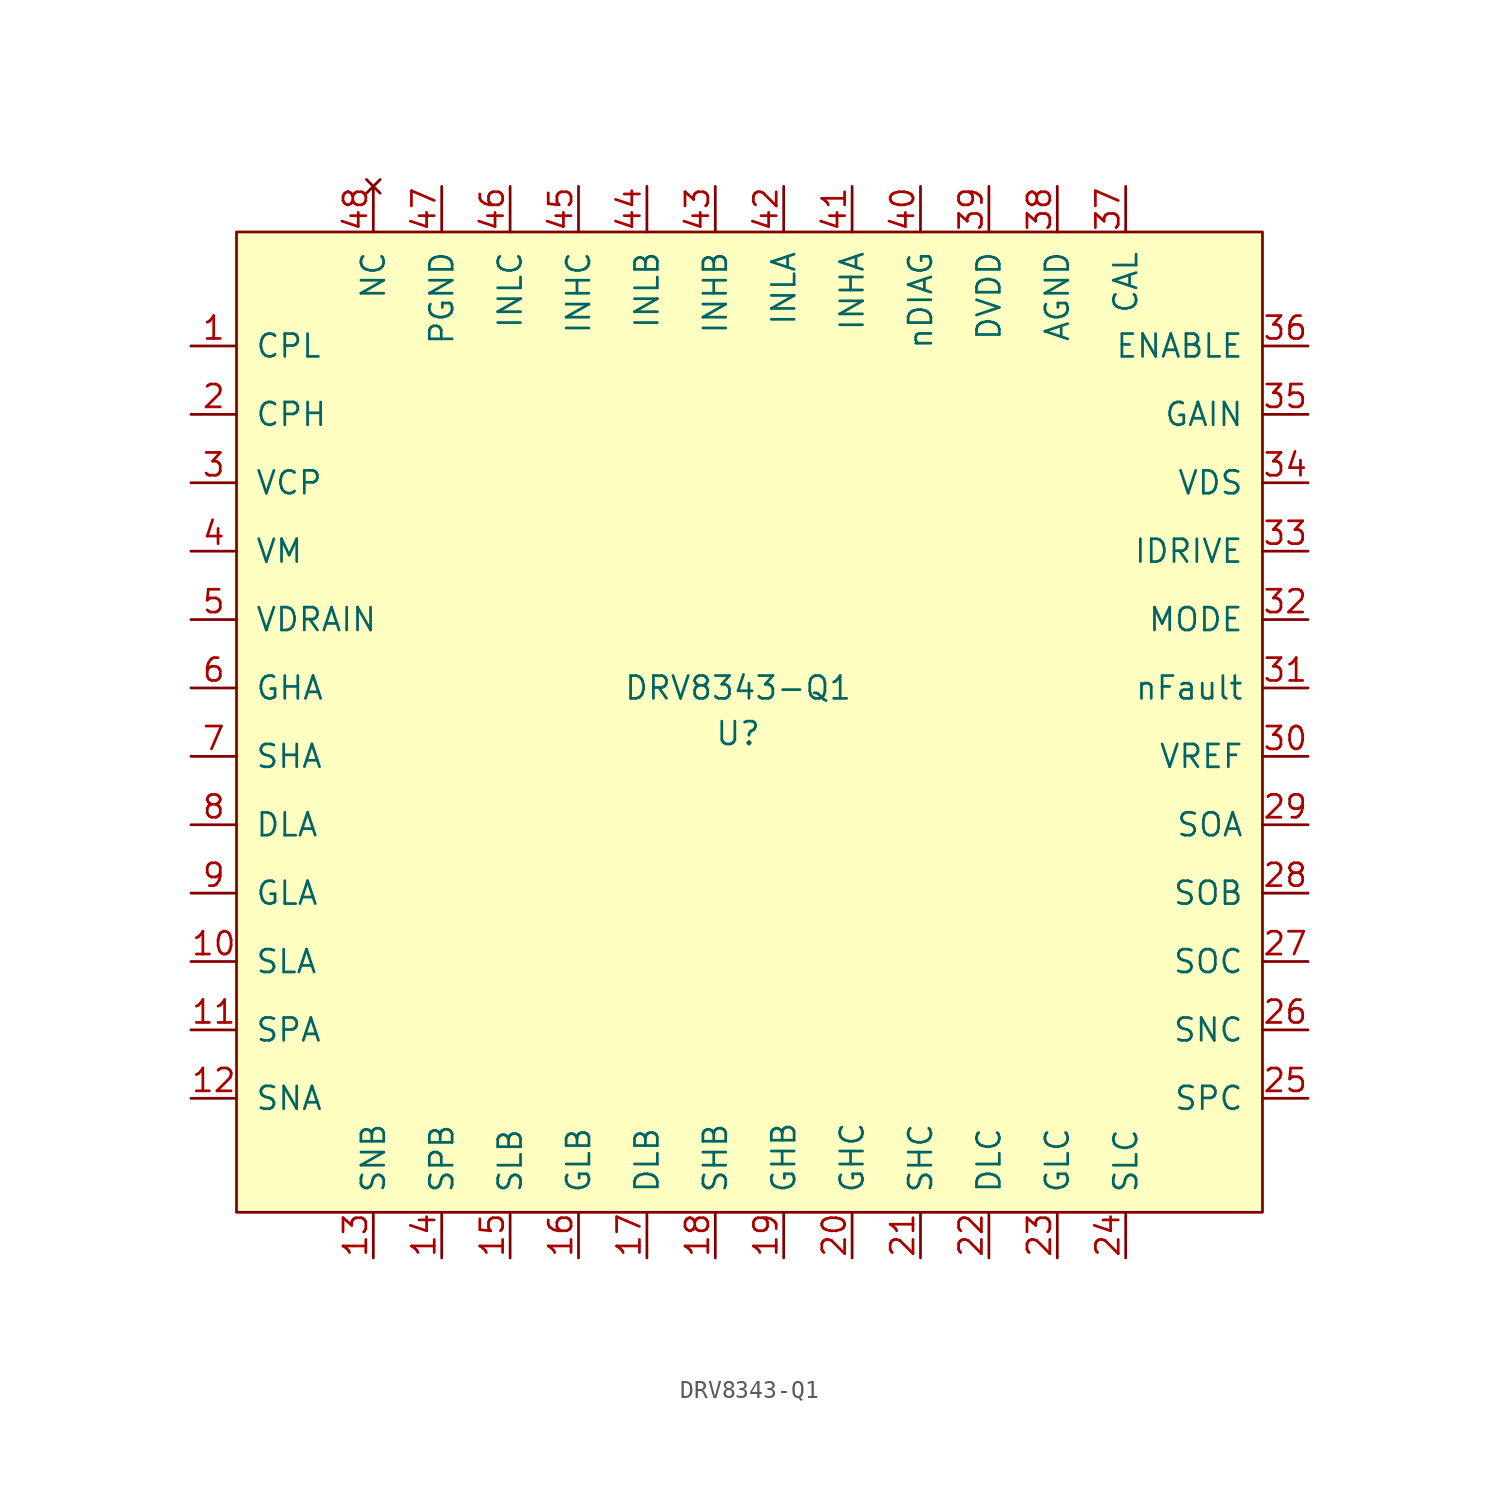
<source format=kicad_sym>
(kicad_symbol_lib
  (version 20211014)
  (generator kicad_symbol_editor)
  (symbol "DRV8343-Q1"
    (pin_names
      (offset 1.016))
    (property "Reference" "U"
      (at 27.94 -25.4 0)
      (effects (font (size 1.27 1.27))))
    (property "Value" "DRV8343-Q1"
      (at 27.94 -22.86 0)
      (effects (font (size 1.27 1.27))))
    (symbol "DRV8343-Q1_0_1"
      (rectangle (start 0 2.54) (end 57.15 -52.07) (stroke (width 0) (type default) (color 0 0 0 0)) (fill (type background))))
    (symbol "DRV8343-Q1_1_1"
      (pin power_in line (at -2.54 -3.81 0) (length 2.54) (name "CPL" (effects (font (size 1.27 1.27)))) (number "1" (effects (font (size 1.27 1.27)))))
      (pin input line (at -2.54 -38.1 0) (length 2.54) (name "SLA" (effects (font (size 1.27 1.27)))) (number "10" (effects (font (size 1.27 1.27)))))
      (pin input line (at -2.54 -41.91 0) (length 2.54) (name "SPA" (effects (font (size 1.27 1.27)))) (number "11" (effects (font (size 1.27 1.27)))))
      (pin input line (at -2.54 -45.72 0) (length 2.54) (name "SNA" (effects (font (size 1.27 1.27)))) (number "12" (effects (font (size 1.27 1.27)))))
      (pin power_in line (at 7.62 -54.61 90) (length 2.54) (name "SNB" (effects (font (size 1.27 1.27)))) (number "13" (effects (font (size 1.27 1.27)))))
      (pin input line (at 11.43 -54.61 90) (length 2.54) (name "SPB" (effects (font (size 1.27 1.27)))) (number "14" (effects (font (size 1.27 1.27)))))
      (pin input line (at 15.24 -54.61 90) (length 2.54) (name "SLB" (effects (font (size 1.27 1.27)))) (number "15" (effects (font (size 1.27 1.27)))))
      (pin output line (at 19.05 -54.61 90) (length 2.54) (name "GLB" (effects (font (size 1.27 1.27)))) (number "16" (effects (font (size 1.27 1.27)))))
      (pin input line (at 22.86 -54.61 90) (length 2.54) (name "DLB" (effects (font (size 1.27 1.27)))) (number "17" (effects (font (size 1.27 1.27)))))
      (pin input line (at 26.67 -54.61 90) (length 2.54) (name "SHB" (effects (font (size 1.27 1.27)))) (number "18" (effects (font (size 1.27 1.27)))))
      (pin output line (at 30.48 -54.61 90) (length 2.54) (name "GHB" (effects (font (size 1.27 1.27)))) (number "19" (effects (font (size 1.27 1.27)))))
      (pin power_in line (at -2.54 -7.62 0) (length 2.54) (name "CPH" (effects (font (size 1.27 1.27)))) (number "2" (effects (font (size 1.27 1.27)))))
      (pin output line (at 34.29 -54.61 90) (length 2.54) (name "GHC" (effects (font (size 1.27 1.27)))) (number "20" (effects (font (size 1.27 1.27)))))
      (pin input line (at 38.1 -54.61 90) (length 2.54) (name "SHC" (effects (font (size 1.27 1.27)))) (number "21" (effects (font (size 1.27 1.27)))))
      (pin input line (at 41.91 -54.61 90) (length 2.54) (name "DLC" (effects (font (size 1.27 1.27)))) (number "22" (effects (font (size 1.27 1.27)))))
      (pin output line (at 45.72 -54.61 90) (length 2.54) (name "GLC" (effects (font (size 1.27 1.27)))) (number "23" (effects (font (size 1.27 1.27)))))
      (pin input line (at 49.53 -54.61 90) (length 2.54) (name "SLC" (effects (font (size 1.27 1.27)))) (number "24" (effects (font (size 1.27 1.27)))))
      (pin input line (at 59.69 -45.72 180) (length 2.54) (name "SPC" (effects (font (size 1.27 1.27)))) (number "25" (effects (font (size 1.27 1.27)))))
      (pin input line (at 59.69 -41.91 180) (length 2.54) (name "SNC" (effects (font (size 1.27 1.27)))) (number "26" (effects (font (size 1.27 1.27)))))
      (pin output line (at 59.69 -38.1 180) (length 2.54) (name "SOC" (effects (font (size 1.27 1.27)))) (number "27" (effects (font (size 1.27 1.27)))))
      (pin output line (at 59.69 -34.29 180) (length 2.54) (name "SOB" (effects (font (size 1.27 1.27)))) (number "28" (effects (font (size 1.27 1.27)))))
      (pin output line (at 59.69 -30.48 180) (length 2.54) (name "SOA" (effects (font (size 1.27 1.27)))) (number "29" (effects (font (size 1.27 1.27)))))
      (pin power_out line (at -2.54 -11.43 0) (length 2.54) (name "VCP" (effects (font (size 1.27 1.27)))) (number "3" (effects (font (size 1.27 1.27)))))
      (pin power_in line (at 59.69 -26.67 180) (length 2.54) (name "VREF" (effects (font (size 1.27 1.27)))) (number "30" (effects (font (size 1.27 1.27)))))
      (pin open_collector line (at 59.69 -22.86 180) (length 2.54) (name "nFault" (effects (font (size 1.27 1.27)))) (number "31" (effects (font (size 1.27 1.27)))))
      (pin input line (at 59.69 -19.05 180) (length 2.54) (name "MODE" (effects (font (size 1.27 1.27)))) (number "32" (effects (font (size 1.27 1.27)))))
      (pin input line (at 59.69 -15.24 180) (length 2.54) (name "IDRIVE" (effects (font (size 1.27 1.27)))) (number "33" (effects (font (size 1.27 1.27)))))
      (pin input line (at 59.69 -11.43 180) (length 2.54) (name "VDS" (effects (font (size 1.27 1.27)))) (number "34" (effects (font (size 1.27 1.27)))))
      (pin input line (at 59.69 -7.62 180) (length 2.54) (name "GAIN" (effects (font (size 1.27 1.27)))) (number "35" (effects (font (size 1.27 1.27)))))
      (pin input line (at 59.69 -3.81 180) (length 2.54) (name "ENABLE" (effects (font (size 1.27 1.27)))) (number "36" (effects (font (size 1.27 1.27)))))
      (pin input line (at 49.53 5.08 270) (length 2.54) (name "CAL" (effects (font (size 1.27 1.27)))) (number "37" (effects (font (size 1.27 1.27)))))
      (pin power_in line (at 45.72 5.08 270) (length 2.54) (name "AGND" (effects (font (size 1.27 1.27)))) (number "38" (effects (font (size 1.27 1.27)))))
      (pin power_out line (at 41.91 5.08 270) (length 2.54) (name "DVDD" (effects (font (size 1.27 1.27)))) (number "39" (effects (font (size 1.27 1.27)))))
      (pin power_in line (at -2.54 -15.24 0) (length 2.54) (name "VM" (effects (font (size 1.27 1.27)))) (number "4" (effects (font (size 1.27 1.27)))))
      (pin input line (at 38.1 5.08 270) (length 2.54) (name "nDIAG" (effects (font (size 1.27 1.27)))) (number "40" (effects (font (size 1.27 1.27)))))
      (pin input line (at 34.29 5.08 270) (length 2.54) (name "INHA" (effects (font (size 1.27 1.27)))) (number "41" (effects (font (size 1.27 1.27)))))
      (pin input line (at 30.48 5.08 270) (length 2.54) (name "INLA" (effects (font (size 1.27 1.27)))) (number "42" (effects (font (size 1.27 1.27)))))
      (pin input line (at 26.67 5.08 270) (length 2.54) (name "INHB" (effects (font (size 1.27 1.27)))) (number "43" (effects (font (size 1.27 1.27)))))
      (pin input line (at 22.86 5.08 270) (length 2.54) (name "INLB" (effects (font (size 1.27 1.27)))) (number "44" (effects (font (size 1.27 1.27)))))
      (pin input line (at 19.05 5.08 270) (length 2.54) (name "INHC" (effects (font (size 1.27 1.27)))) (number "45" (effects (font (size 1.27 1.27)))))
      (pin input line (at 15.24 5.08 270) (length 2.54) (name "INLC" (effects (font (size 1.27 1.27)))) (number "46" (effects (font (size 1.27 1.27)))))
      (pin power_in line (at 11.43 5.08 270) (length 2.54) (name "PGND" (effects (font (size 1.27 1.27)))) (number "47" (effects (font (size 1.27 1.27)))))
      (pin no_connect line (at 7.62 5.08 270) (length 2.54) (name "NC" (effects (font (size 1.27 1.27)))) (number "48" (effects (font (size 1.27 1.27)))))
      (pin unspecified line (at 3.81 5.08 270) (length 2.54) hide (name "PAD" (effects (font (size 1.27 1.27)))) (number "49" (effects (font (size 1.27 1.27)))))
      (pin input line (at -2.54 -19.05 0) (length 2.54) (name "VDRAIN" (effects (font (size 1.27 1.27)))) (number "5" (effects (font (size 1.27 1.27)))))
      (pin output line (at -2.54 -22.86 0) (length 2.54) (name "GHA" (effects (font (size 1.27 1.27)))) (number "6" (effects (font (size 1.27 1.27)))))
      (pin input line (at -2.54 -26.67 0) (length 2.54) (name "SHA" (effects (font (size 1.27 1.27)))) (number "7" (effects (font (size 1.27 1.27)))))
      (pin input line (at -2.54 -30.48 0) (length 2.54) (name "DLA" (effects (font (size 1.27 1.27)))) (number "8" (effects (font (size 1.27 1.27)))))
      (pin output line (at -2.54 -34.29 0) (length 2.54) (name "GLA" (effects (font (size 1.27 1.27)))) (number "9" (effects (font (size 1.27 1.27))))))))
</source>
